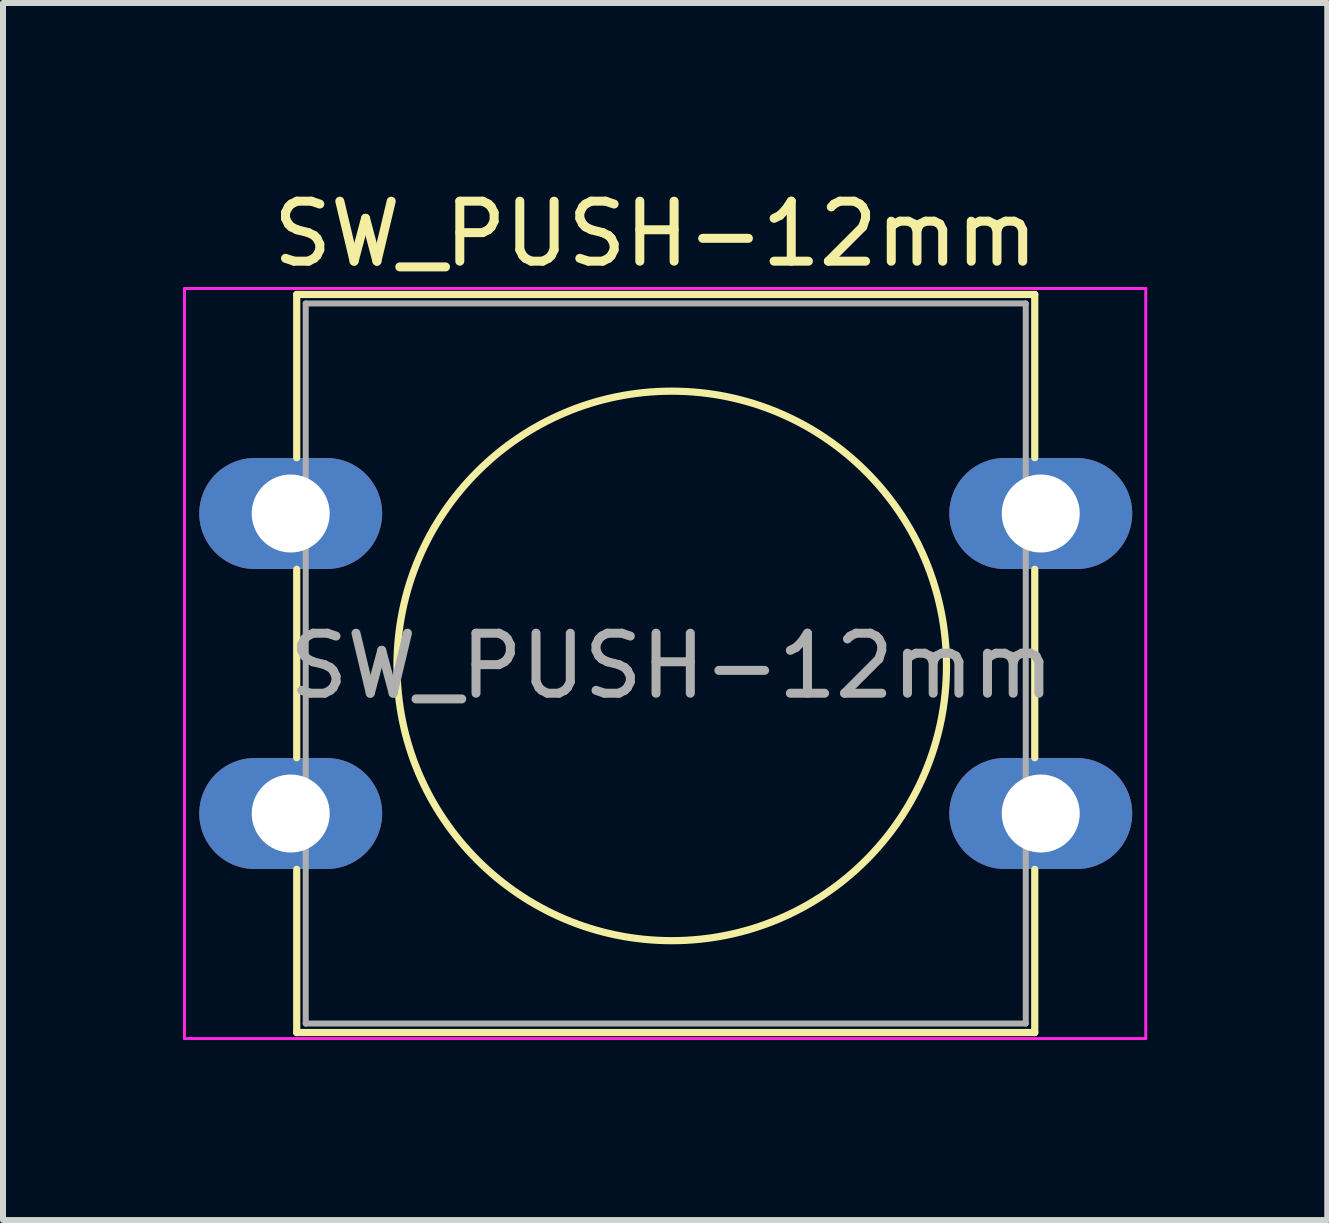
<source format=kicad_pcb>
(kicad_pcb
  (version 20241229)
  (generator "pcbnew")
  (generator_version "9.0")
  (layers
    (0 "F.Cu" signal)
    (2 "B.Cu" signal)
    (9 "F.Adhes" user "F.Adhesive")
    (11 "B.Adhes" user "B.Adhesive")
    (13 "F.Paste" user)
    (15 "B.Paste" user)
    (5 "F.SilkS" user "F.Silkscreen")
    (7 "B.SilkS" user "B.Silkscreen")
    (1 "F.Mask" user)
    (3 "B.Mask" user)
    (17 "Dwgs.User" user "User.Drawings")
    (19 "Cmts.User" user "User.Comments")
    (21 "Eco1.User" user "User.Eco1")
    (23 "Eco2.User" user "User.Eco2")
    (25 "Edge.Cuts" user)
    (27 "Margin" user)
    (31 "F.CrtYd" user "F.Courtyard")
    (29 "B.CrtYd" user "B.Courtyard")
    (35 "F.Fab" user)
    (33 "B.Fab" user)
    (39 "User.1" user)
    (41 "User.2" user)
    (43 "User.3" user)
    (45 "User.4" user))
  (footprint "SW_PUSH-12mm"
    (layer "F.Cu")
    (at 1.795 5.508)
    (property "Reference" "SW_PUSH-12mm" (at 6.08 -4.66 0) (layer "F.SilkS") (effects (font (size 1 1) (thickness 0.15))))
    (attr through_hole)
    (fp_line (start 0.1 -3.65) (end 12.4 -3.65) (stroke (width 0.12) (type solid)) (layer "F.SilkS"))
    (fp_line (start 0.1 -0.93) (end 0.1 -3.65) (stroke (width 0.12) (type solid)) (layer "F.SilkS"))
    (fp_line (start 0.1 4.07) (end 0.1 0.93) (stroke (width 0.12) (type solid)) (layer "F.SilkS"))
    (fp_line (start 0.1 8.65) (end 0.1 5.93) (stroke (width 0.12) (type solid)) (layer "F.SilkS"))
    (fp_line (start 12.4 -3.65) (end 12.4 -0.93) (stroke (width 0.12) (type solid)) (layer "F.SilkS"))
    (fp_line (start 12.4 0.93) (end 12.4 4.07) (stroke (width 0.12) (type solid)) (layer "F.SilkS"))
    (fp_line (start 12.4 5.93) (end 12.4 8.65) (stroke (width 0.12) (type solid)) (layer "F.SilkS"))
    (fp_line (start 12.4 8.65) (end 0.1 8.65) (stroke (width 0.12) (type solid)) (layer "F.SilkS"))
    (fp_circle (center 6.35 2.54) (end 10.16 5.08) (stroke (width 0.12) (type solid)) (fill no) (layer "F.SilkS"))
    (fp_line (start -1.77 -3.75) (end -1.77 8.75) (stroke (width 0.05) (type solid)) (layer "F.CrtYd"))
    (fp_line (start -1.77 -3.75) (end 14.25 -3.75) (stroke (width 0.05) (type solid)) (layer "F.CrtYd"))
    (fp_line (start 14.25 8.75) (end -1.77 8.75) (stroke (width 0.05) (type solid)) (layer "F.CrtYd"))
    (fp_line (start 14.25 8.75) (end 14.25 -3.75) (stroke (width 0.05) (type solid)) (layer "F.CrtYd"))
    (fp_line (start 0.25 -3.5) (end 0.25 8.5) (stroke (width 0.1) (type solid)) (layer "F.Fab"))
    (fp_line (start 0.25 -3.5) (end 12.25 -3.5) (stroke (width 0.1) (type solid)) (layer "F.Fab"))
    (fp_line (start 0.25 8.5) (end 12.25 8.5) (stroke (width 0.1) (type solid)) (layer "F.Fab"))
    (fp_line (start 12.25 -3.5) (end 12.25 8.5) (stroke (width 0.1) (type solid)) (layer "F.Fab"))
    (fp_text user "${REFERENCE}" (at 6.35 2.54 0) (layer "F.Fab") (effects (font (size 1 1) (thickness 0.15))))
    (pad "1" thru_hole oval (at 0 0) (size 3.048 1.85) (drill 1.3) (layers "*.Cu" "*.Mask"))
    (pad "1" thru_hole oval (at 12.5 0) (size 3.048 1.85) (drill 1.3) (layers "*.Cu" "*.Mask"))
    (pad "2" thru_hole oval (at 0 5) (size 3.048 1.85) (drill 1.3) (layers "*.Cu" "*.Mask"))
    (pad "2" thru_hole oval (at 12.5 5) (size 3.048 1.85) (drill 1.3) (layers "*.Cu" "*.Mask")))
  (gr_rect
    (start -3 -3)
    (end 19.07 17.283)
    (stroke (width 0.1) (type default))
    (fill no)
    (layer "Edge.Cuts")))
</source>
